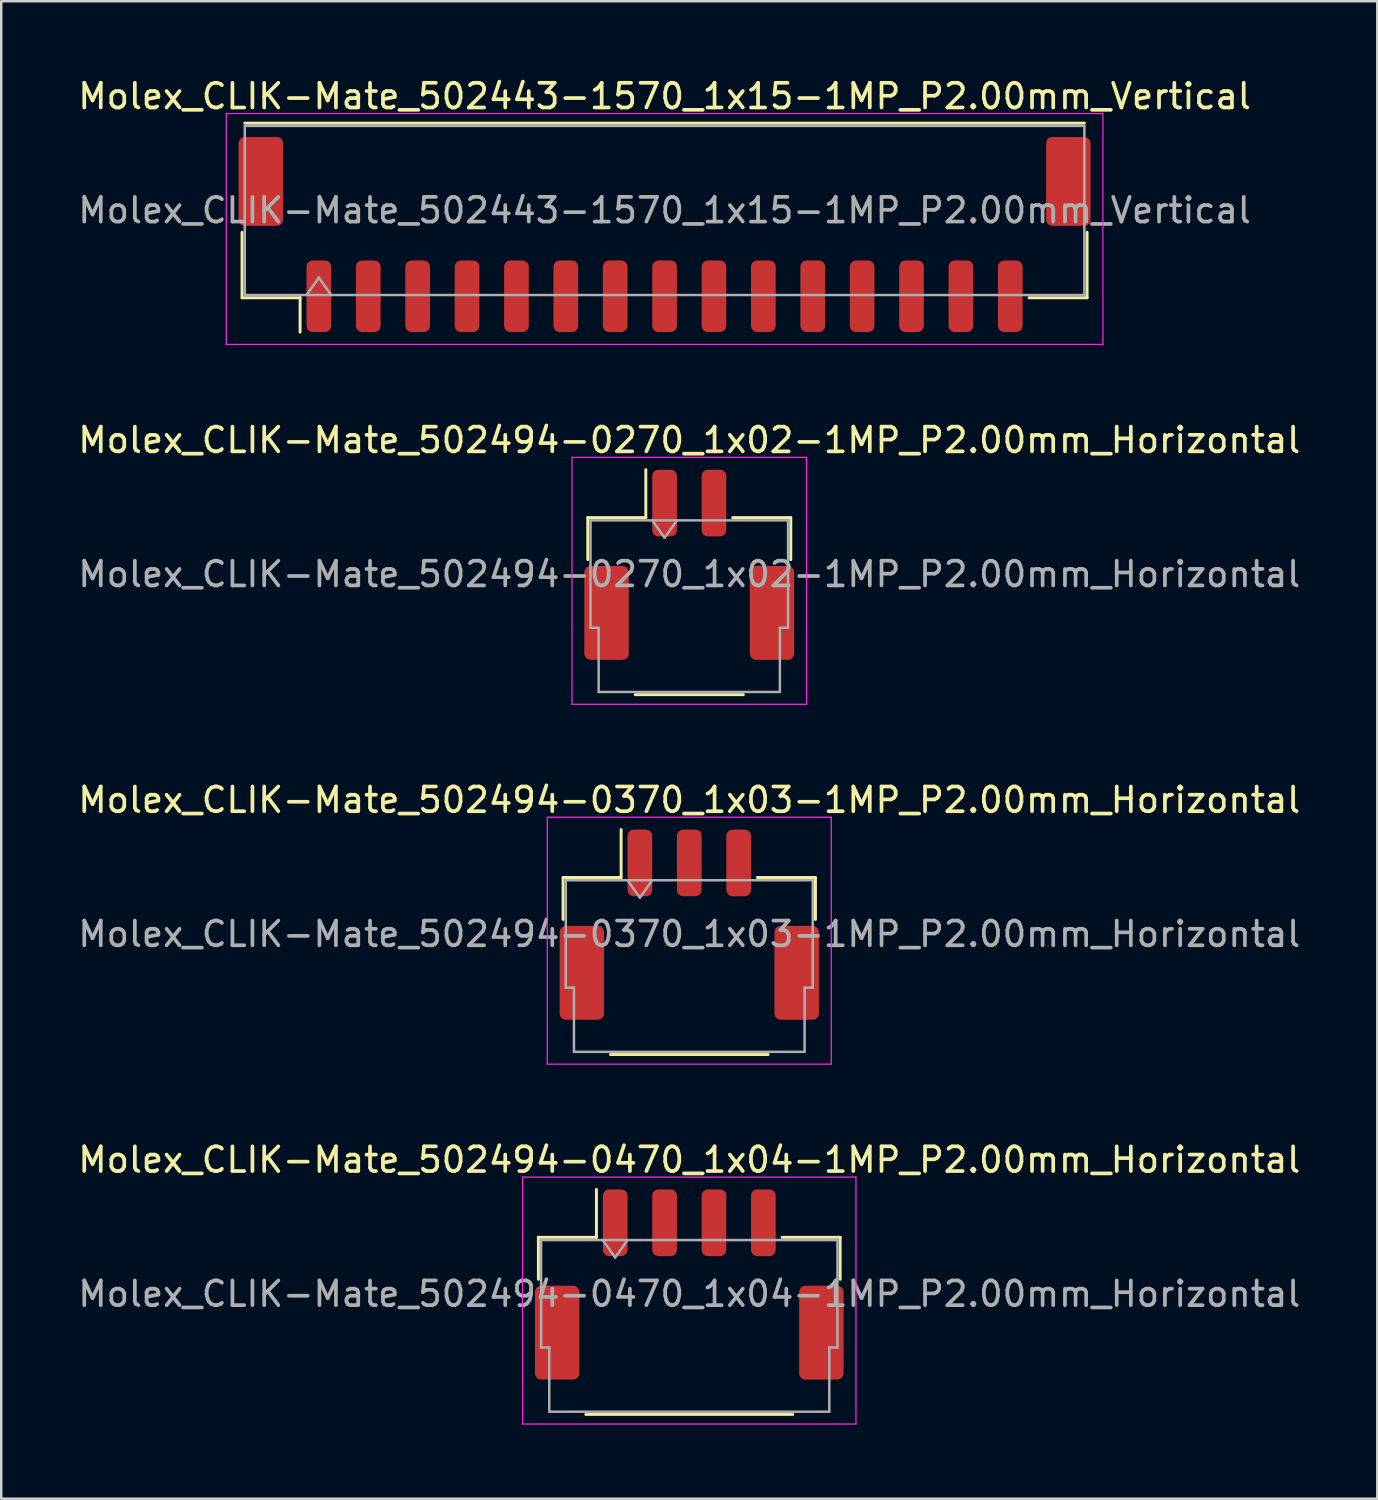
<source format=kicad_pcb>
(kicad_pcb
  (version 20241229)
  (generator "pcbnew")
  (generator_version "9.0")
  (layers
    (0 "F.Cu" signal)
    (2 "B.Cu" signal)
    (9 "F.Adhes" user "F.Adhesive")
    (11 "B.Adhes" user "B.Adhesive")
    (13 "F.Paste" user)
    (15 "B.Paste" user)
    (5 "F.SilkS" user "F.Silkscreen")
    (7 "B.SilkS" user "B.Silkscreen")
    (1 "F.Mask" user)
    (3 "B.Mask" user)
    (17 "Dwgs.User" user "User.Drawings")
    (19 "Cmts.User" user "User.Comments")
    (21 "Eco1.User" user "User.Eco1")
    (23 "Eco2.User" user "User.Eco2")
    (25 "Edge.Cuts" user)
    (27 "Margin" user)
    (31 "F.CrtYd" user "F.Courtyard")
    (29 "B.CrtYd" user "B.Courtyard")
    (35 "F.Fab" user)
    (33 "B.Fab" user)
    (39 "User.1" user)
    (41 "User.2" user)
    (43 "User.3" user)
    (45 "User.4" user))
  (footprint "Molex_CLIK-Mate_502494-0370_1x03-1MP_P2.00mm_Horizontal"
    (layer "F.Cu")
    (at 24.863 34.395)
    (property "Reference" "Molex_CLIK-Mate_502494-0370_1x03-1MP_P2.00mm_Horizontal" (at 0 -5.05 0) (layer "F.SilkS") (effects (font (size 1 1) (thickness 0.15))))
    (attr smd)
    (fp_line (start -5.11 -1.91) (end -2.76 -1.91) (stroke (width 0.12) (type solid)) (layer "F.SilkS"))
    (fp_line (start -5.11 -0.21) (end -5.11 -1.91) (stroke (width 0.12) (type solid)) (layer "F.SilkS"))
    (fp_line (start -3.19 5.26) (end 3.19 5.26) (stroke (width 0.12) (type solid)) (layer "F.SilkS"))
    (fp_line (start -2.76 -1.91) (end -2.76 -3.85) (stroke (width 0.12) (type solid)) (layer "F.SilkS"))
    (fp_line (start 5.11 -1.91) (end 2.76 -1.91) (stroke (width 0.12) (type solid)) (layer "F.SilkS"))
    (fp_line (start 5.11 -0.21) (end 5.11 -1.91) (stroke (width 0.12) (type solid)) (layer "F.SilkS"))
    (fp_line (start -5.75 -4.35) (end -5.75 5.65) (stroke (width 0.05) (type solid)) (layer "F.CrtYd"))
    (fp_line (start -5.75 5.65) (end 5.75 5.65) (stroke (width 0.05) (type solid)) (layer "F.CrtYd"))
    (fp_line (start 5.75 -4.35) (end -5.75 -4.35) (stroke (width 0.05) (type solid)) (layer "F.CrtYd"))
    (fp_line (start 5.75 5.65) (end 5.75 -4.35) (stroke (width 0.05) (type solid)) (layer "F.CrtYd"))
    (fp_line (start -5 -1.8) (end -5 2.55) (stroke (width 0.1) (type solid)) (layer "F.Fab"))
    (fp_line (start -5 -1.8) (end 5 -1.8) (stroke (width 0.1) (type solid)) (layer "F.Fab"))
    (fp_line (start -5 2.55) (end -4.67 2.55) (stroke (width 0.1) (type solid)) (layer "F.Fab"))
    (fp_line (start -4.67 2.55) (end -4.67 5.15) (stroke (width 0.1) (type solid)) (layer "F.Fab"))
    (fp_line (start -4.67 5.15) (end 4.67 5.15) (stroke (width 0.1) (type solid)) (layer "F.Fab"))
    (fp_line (start -2.5 -1.8) (end -2 -1.093) (stroke (width 0.1) (type solid)) (layer "F.Fab"))
    (fp_line (start -2 -1.093) (end -1.5 -1.8) (stroke (width 0.1) (type solid)) (layer "F.Fab"))
    (fp_line (start 4.67 2.55) (end 5 2.55) (stroke (width 0.1) (type solid)) (layer "F.Fab"))
    (fp_line (start 4.67 5.15) (end 4.67 2.55) (stroke (width 0.1) (type solid)) (layer "F.Fab"))
    (fp_line (start 5 -1.8) (end 5 2.55) (stroke (width 0.1) (type solid)) (layer "F.Fab"))
    (fp_text user "${REFERENCE}" (at 0 0.38 0) (layer "F.Fab") (effects (font (size 1 1) (thickness 0.15))))
    (pad "1" smd roundrect (at -2 -2.5) (size 1 2.7) (layers "F.Cu" "F.Mask" "F.Paste") (roundrect_rratio 0.25))
    (pad "2" smd roundrect (at 0 -2.5) (size 1 2.7) (layers "F.Cu" "F.Mask" "F.Paste") (roundrect_rratio 0.25))
    (pad "3" smd roundrect (at 2 -2.5) (size 1 2.7) (layers "F.Cu" "F.Mask" "F.Paste") (roundrect_rratio 0.25))
    (pad "MP" smd roundrect (at -4.35 1.95) (size 1.8 3.8) (layers "F.Cu" "F.Mask" "F.Paste") (roundrect_rratio 0.139))
    (pad "MP" smd roundrect (at 4.35 1.95) (size 1.8 3.8) (layers "F.Cu" "F.Mask" "F.Paste") (roundrect_rratio 0.139)))
  (footprint "Molex_CLIK-Mate_502494-0270_1x02-1MP_P2.00mm_Horizontal"
    (layer "F.Cu")
    (at 24.863 19.822)
    (property "Reference" "Molex_CLIK-Mate_502494-0270_1x02-1MP_P2.00mm_Horizontal" (at 0 -5.05 0) (layer "F.SilkS") (effects (font (size 1 1) (thickness 0.15))))
    (attr smd)
    (fp_line (start -4.11 -1.91) (end -1.76 -1.91) (stroke (width 0.12) (type solid)) (layer "F.SilkS"))
    (fp_line (start -4.11 -0.21) (end -4.11 -1.91) (stroke (width 0.12) (type solid)) (layer "F.SilkS"))
    (fp_line (start -2.19 5.26) (end 2.19 5.26) (stroke (width 0.12) (type solid)) (layer "F.SilkS"))
    (fp_line (start -1.76 -1.91) (end -1.76 -3.85) (stroke (width 0.12) (type solid)) (layer "F.SilkS"))
    (fp_line (start 4.11 -1.91) (end 1.76 -1.91) (stroke (width 0.12) (type solid)) (layer "F.SilkS"))
    (fp_line (start 4.11 -0.21) (end 4.11 -1.91) (stroke (width 0.12) (type solid)) (layer "F.SilkS"))
    (fp_line (start -4.75 -4.35) (end -4.75 5.65) (stroke (width 0.05) (type solid)) (layer "F.CrtYd"))
    (fp_line (start -4.75 5.65) (end 4.75 5.65) (stroke (width 0.05) (type solid)) (layer "F.CrtYd"))
    (fp_line (start 4.75 -4.35) (end -4.75 -4.35) (stroke (width 0.05) (type solid)) (layer "F.CrtYd"))
    (fp_line (start 4.75 5.65) (end 4.75 -4.35) (stroke (width 0.05) (type solid)) (layer "F.CrtYd"))
    (fp_line (start -4 -1.8) (end -4 2.55) (stroke (width 0.1) (type solid)) (layer "F.Fab"))
    (fp_line (start -4 -1.8) (end 4 -1.8) (stroke (width 0.1) (type solid)) (layer "F.Fab"))
    (fp_line (start -4 2.55) (end -3.67 2.55) (stroke (width 0.1) (type solid)) (layer "F.Fab"))
    (fp_line (start -3.67 2.55) (end -3.67 5.15) (stroke (width 0.1) (type solid)) (layer "F.Fab"))
    (fp_line (start -3.67 5.15) (end 3.67 5.15) (stroke (width 0.1) (type solid)) (layer "F.Fab"))
    (fp_line (start -1.5 -1.8) (end -1 -1.093) (stroke (width 0.1) (type solid)) (layer "F.Fab"))
    (fp_line (start -1 -1.093) (end -0.5 -1.8) (stroke (width 0.1) (type solid)) (layer "F.Fab"))
    (fp_line (start 3.67 2.55) (end 4 2.55) (stroke (width 0.1) (type solid)) (layer "F.Fab"))
    (fp_line (start 3.67 5.15) (end 3.67 2.55) (stroke (width 0.1) (type solid)) (layer "F.Fab"))
    (fp_line (start 4 -1.8) (end 4 2.55) (stroke (width 0.1) (type solid)) (layer "F.Fab"))
    (fp_text user "${REFERENCE}" (at 0 0.38 0) (layer "F.Fab") (effects (font (size 1 1) (thickness 0.15))))
    (pad "1" smd roundrect (at -1 -2.5) (size 1 2.7) (layers "F.Cu" "F.Mask" "F.Paste") (roundrect_rratio 0.25))
    (pad "2" smd roundrect (at 1 -2.5) (size 1 2.7) (layers "F.Cu" "F.Mask" "F.Paste") (roundrect_rratio 0.25))
    (pad "MP" smd roundrect (at -3.35 1.95) (size 1.8 3.8) (layers "F.Cu" "F.Mask" "F.Paste") (roundrect_rratio 0.139))
    (pad "MP" smd roundrect (at 3.35 1.95) (size 1.8 3.8) (layers "F.Cu" "F.Mask" "F.Paste") (roundrect_rratio 0.139)))
  (footprint "Molex_CLIK-Mate_502494-0470_1x04-1MP_P2.00mm_Horizontal"
    (layer "F.Cu")
    (at 24.863 48.968)
    (property "Reference" "Molex_CLIK-Mate_502494-0470_1x04-1MP_P2.00mm_Horizontal" (at 0 -5.05 0) (layer "F.SilkS") (effects (font (size 1 1) (thickness 0.15))))
    (attr smd)
    (fp_line (start -6.11 -1.91) (end -3.76 -1.91) (stroke (width 0.12) (type solid)) (layer "F.SilkS"))
    (fp_line (start -6.11 -0.21) (end -6.11 -1.91) (stroke (width 0.12) (type solid)) (layer "F.SilkS"))
    (fp_line (start -4.19 5.26) (end 4.19 5.26) (stroke (width 0.12) (type solid)) (layer "F.SilkS"))
    (fp_line (start -3.76 -1.91) (end -3.76 -3.85) (stroke (width 0.12) (type solid)) (layer "F.SilkS"))
    (fp_line (start 6.11 -1.91) (end 3.76 -1.91) (stroke (width 0.12) (type solid)) (layer "F.SilkS"))
    (fp_line (start 6.11 -0.21) (end 6.11 -1.91) (stroke (width 0.12) (type solid)) (layer "F.SilkS"))
    (fp_line (start -6.75 -4.35) (end -6.75 5.65) (stroke (width 0.05) (type solid)) (layer "F.CrtYd"))
    (fp_line (start -6.75 5.65) (end 6.75 5.65) (stroke (width 0.05) (type solid)) (layer "F.CrtYd"))
    (fp_line (start 6.75 -4.35) (end -6.75 -4.35) (stroke (width 0.05) (type solid)) (layer "F.CrtYd"))
    (fp_line (start 6.75 5.65) (end 6.75 -4.35) (stroke (width 0.05) (type solid)) (layer "F.CrtYd"))
    (fp_line (start -6 -1.8) (end -6 2.55) (stroke (width 0.1) (type solid)) (layer "F.Fab"))
    (fp_line (start -6 -1.8) (end 6 -1.8) (stroke (width 0.1) (type solid)) (layer "F.Fab"))
    (fp_line (start -6 2.55) (end -5.67 2.55) (stroke (width 0.1) (type solid)) (layer "F.Fab"))
    (fp_line (start -5.67 2.55) (end -5.67 5.15) (stroke (width 0.1) (type solid)) (layer "F.Fab"))
    (fp_line (start -5.67 5.15) (end 5.67 5.15) (stroke (width 0.1) (type solid)) (layer "F.Fab"))
    (fp_line (start -3.5 -1.8) (end -3 -1.093) (stroke (width 0.1) (type solid)) (layer "F.Fab"))
    (fp_line (start -3 -1.093) (end -2.5 -1.8) (stroke (width 0.1) (type solid)) (layer "F.Fab"))
    (fp_line (start 5.67 2.55) (end 6 2.55) (stroke (width 0.1) (type solid)) (layer "F.Fab"))
    (fp_line (start 5.67 5.15) (end 5.67 2.55) (stroke (width 0.1) (type solid)) (layer "F.Fab"))
    (fp_line (start 6 -1.8) (end 6 2.55) (stroke (width 0.1) (type solid)) (layer "F.Fab"))
    (fp_text user "${REFERENCE}" (at 0 0.38 0) (layer "F.Fab") (effects (font (size 1 1) (thickness 0.15))))
    (pad "1" smd roundrect (at -3 -2.5) (size 1 2.7) (layers "F.Cu" "F.Mask" "F.Paste") (roundrect_rratio 0.25))
    (pad "2" smd roundrect (at -1 -2.5) (size 1 2.7) (layers "F.Cu" "F.Mask" "F.Paste") (roundrect_rratio 0.25))
    (pad "3" smd roundrect (at 1 -2.5) (size 1 2.7) (layers "F.Cu" "F.Mask" "F.Paste") (roundrect_rratio 0.25))
    (pad "4" smd roundrect (at 3 -2.5) (size 1 2.7) (layers "F.Cu" "F.Mask" "F.Paste") (roundrect_rratio 0.25))
    (pad "MP" smd roundrect (at -5.35 1.95) (size 1.8 3.8) (layers "F.Cu" "F.Mask" "F.Paste") (roundrect_rratio 0.139))
    (pad "MP" smd roundrect (at 5.35 1.95) (size 1.8 3.8) (layers "F.Cu" "F.Mask" "F.Paste") (roundrect_rratio 0.139)))
  (footprint "Molex_CLIK-Mate_502443-1570_1x15-1MP_P2.00mm_Vertical"
    (layer "F.Cu")
    (at 23.863 6.448)
    (property "Reference" "Molex_CLIK-Mate_502443-1570_1x15-1MP_P2.00mm_Vertical" (at 0 -5.6 0) (layer "F.SilkS") (effects (font (size 1 1) (thickness 0.15))))
    (attr smd)
    (fp_line (start -17.11 -0.09) (end -17.11 2.56) (stroke (width 0.12) (type solid)) (layer "F.SilkS"))
    (fp_line (start -17.11 2.56) (end -14.76 2.56) (stroke (width 0.12) (type solid)) (layer "F.SilkS"))
    (fp_line (start -17 -4.51) (end 17 -4.51) (stroke (width 0.12) (type solid)) (layer "F.SilkS"))
    (fp_line (start -14.76 2.56) (end -14.76 3.95) (stroke (width 0.12) (type solid)) (layer "F.SilkS"))
    (fp_line (start 17.11 -0.09) (end 17.11 2.56) (stroke (width 0.12) (type solid)) (layer "F.SilkS"))
    (fp_line (start 17.11 2.56) (end 14.76 2.56) (stroke (width 0.12) (type solid)) (layer "F.SilkS"))
    (fp_line (start -17.75 -4.9) (end -17.75 4.45) (stroke (width 0.05) (type solid)) (layer "F.CrtYd"))
    (fp_line (start -17.75 4.45) (end 17.75 4.45) (stroke (width 0.05) (type solid)) (layer "F.CrtYd"))
    (fp_line (start 17.75 -4.9) (end -17.75 -4.9) (stroke (width 0.05) (type solid)) (layer "F.CrtYd"))
    (fp_line (start 17.75 4.45) (end 17.75 -4.9) (stroke (width 0.05) (type solid)) (layer "F.CrtYd"))
    (fp_line (start -17 -4.4) (end 17 -4.4) (stroke (width 0.1) (type solid)) (layer "F.Fab"))
    (fp_line (start -17 2.45) (end -17 -4.4) (stroke (width 0.1) (type solid)) (layer "F.Fab"))
    (fp_line (start -17 2.45) (end 17 2.45) (stroke (width 0.1) (type solid)) (layer "F.Fab"))
    (fp_line (start -14.5 2.45) (end -14 1.743) (stroke (width 0.1) (type solid)) (layer "F.Fab"))
    (fp_line (start -14 1.743) (end -13.5 2.45) (stroke (width 0.1) (type solid)) (layer "F.Fab"))
    (fp_line (start 17 2.45) (end 17 -4.4) (stroke (width 0.1) (type solid)) (layer "F.Fab"))
    (fp_text user "${REFERENCE}" (at 0 -0.98 0) (layer "F.Fab") (effects (font (size 1 1) (thickness 0.15))))
    (pad "1" smd roundrect (at -14 2.5) (size 1 2.9) (layers "F.Cu" "F.Mask" "F.Paste") (roundrect_rratio 0.25))
    (pad "2" smd roundrect (at -12 2.5) (size 1 2.9) (layers "F.Cu" "F.Mask" "F.Paste") (roundrect_rratio 0.25))
    (pad "3" smd roundrect (at -10 2.5) (size 1 2.9) (layers "F.Cu" "F.Mask" "F.Paste") (roundrect_rratio 0.25))
    (pad "4" smd roundrect (at -8 2.5) (size 1 2.9) (layers "F.Cu" "F.Mask" "F.Paste") (roundrect_rratio 0.25))
    (pad "5" smd roundrect (at -6 2.5) (size 1 2.9) (layers "F.Cu" "F.Mask" "F.Paste") (roundrect_rratio 0.25))
    (pad "6" smd roundrect (at -4 2.5) (size 1 2.9) (layers "F.Cu" "F.Mask" "F.Paste") (roundrect_rratio 0.25))
    (pad "7" smd roundrect (at -2 2.5) (size 1 2.9) (layers "F.Cu" "F.Mask" "F.Paste") (roundrect_rratio 0.25))
    (pad "8" smd roundrect (at 0 2.5) (size 1 2.9) (layers "F.Cu" "F.Mask" "F.Paste") (roundrect_rratio 0.25))
    (pad "9" smd roundrect (at 2 2.5) (size 1 2.9) (layers "F.Cu" "F.Mask" "F.Paste") (roundrect_rratio 0.25))
    (pad "10" smd roundrect (at 4 2.5) (size 1 2.9) (layers "F.Cu" "F.Mask" "F.Paste") (roundrect_rratio 0.25))
    (pad "11" smd roundrect (at 6 2.5) (size 1 2.9) (layers "F.Cu" "F.Mask" "F.Paste") (roundrect_rratio 0.25))
    (pad "12" smd roundrect (at 8 2.5) (size 1 2.9) (layers "F.Cu" "F.Mask" "F.Paste") (roundrect_rratio 0.25))
    (pad "13" smd roundrect (at 10 2.5) (size 1 2.9) (layers "F.Cu" "F.Mask" "F.Paste") (roundrect_rratio 0.25))
    (pad "14" smd roundrect (at 12 2.5) (size 1 2.9) (layers "F.Cu" "F.Mask" "F.Paste") (roundrect_rratio 0.25))
    (pad "15" smd roundrect (at 14 2.5) (size 1 2.9) (layers "F.Cu" "F.Mask" "F.Paste") (roundrect_rratio 0.25))
    (pad "MP" smd roundrect (at -16.35 -2.15) (size 1.8 3.6) (layers "F.Cu" "F.Mask" "F.Paste") (roundrect_rratio 0.139))
    (pad "MP" smd roundrect (at 16.35 -2.15) (size 1.8 3.6) (layers "F.Cu" "F.Mask" "F.Paste") (roundrect_rratio 0.139)))
  (gr_rect
    (start -3 -3)
    (end 52.726 57.643)
    (stroke (width 0.1) (type default))
    (fill no)
    (layer "Edge.Cuts")))
</source>
